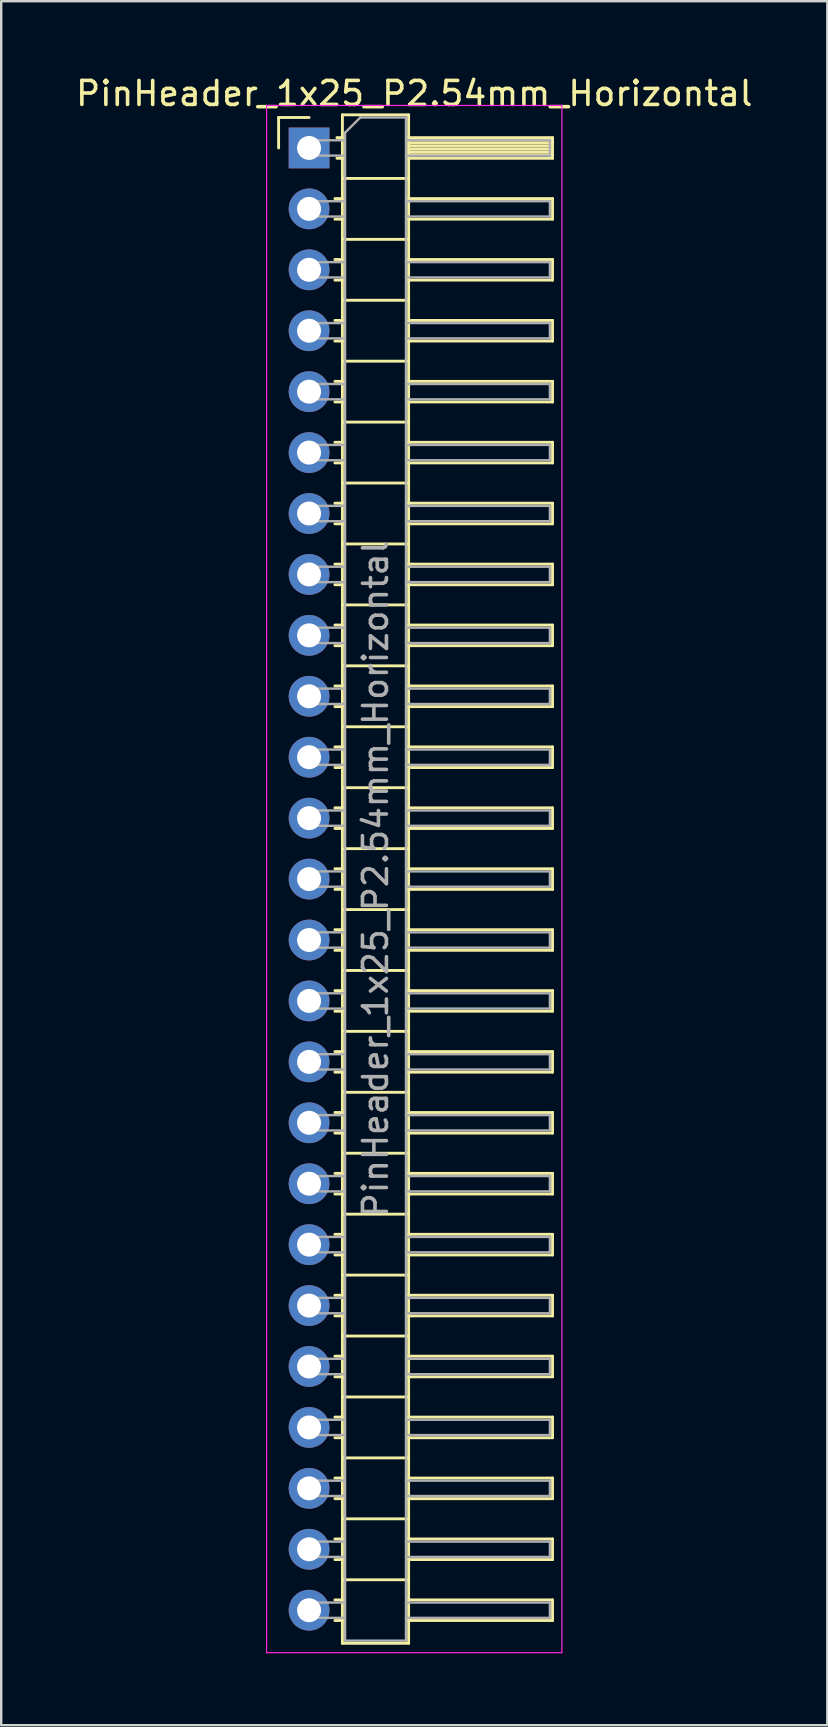
<source format=kicad_pcb>
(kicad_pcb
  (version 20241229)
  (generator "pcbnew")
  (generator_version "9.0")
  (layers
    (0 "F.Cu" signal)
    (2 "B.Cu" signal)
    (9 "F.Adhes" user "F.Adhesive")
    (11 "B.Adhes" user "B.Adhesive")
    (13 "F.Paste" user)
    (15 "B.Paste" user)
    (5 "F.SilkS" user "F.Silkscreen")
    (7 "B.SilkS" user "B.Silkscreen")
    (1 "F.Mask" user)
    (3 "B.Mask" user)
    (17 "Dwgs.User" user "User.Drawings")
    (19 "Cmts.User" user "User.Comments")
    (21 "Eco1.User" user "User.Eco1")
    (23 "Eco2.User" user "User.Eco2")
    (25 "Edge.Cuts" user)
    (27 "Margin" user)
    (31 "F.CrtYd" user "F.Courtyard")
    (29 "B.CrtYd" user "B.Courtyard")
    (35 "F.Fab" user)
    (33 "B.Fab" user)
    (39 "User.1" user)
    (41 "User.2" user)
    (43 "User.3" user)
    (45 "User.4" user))
  (footprint "PinHeader_1x25_P2.54mm_Horizontal"
    (layer "F.Cu")
    (at 9.835 3.118)
    (property "Reference" "PinHeader_1x25_P2.54mm_Horizontal" (at 4.385 -2.27 0) (layer "F.SilkS") (effects (font (size 1 1) (thickness 0.15))))
    (attr through_hole)
    (fp_line (start -1.27 -1.27) (end 0 -1.27) (stroke (width 0.12) (type solid)) (layer "F.SilkS"))
    (fp_line (start -1.27 0) (end -1.27 -1.27) (stroke (width 0.12) (type solid)) (layer "F.SilkS"))
    (fp_line (start 1.077 2.11) (end 1.39 2.11) (stroke (width 0.12) (type solid)) (layer "F.SilkS"))
    (fp_line (start 1.077 2.97) (end 1.39 2.97) (stroke (width 0.12) (type solid)) (layer "F.SilkS"))
    (fp_line (start 1.077 4.65) (end 1.39 4.65) (stroke (width 0.12) (type solid)) (layer "F.SilkS"))
    (fp_line (start 1.077 5.51) (end 1.39 5.51) (stroke (width 0.12) (type solid)) (layer "F.SilkS"))
    (fp_line (start 1.077 7.19) (end 1.39 7.19) (stroke (width 0.12) (type solid)) (layer "F.SilkS"))
    (fp_line (start 1.077 8.05) (end 1.39 8.05) (stroke (width 0.12) (type solid)) (layer "F.SilkS"))
    (fp_line (start 1.077 9.73) (end 1.39 9.73) (stroke (width 0.12) (type solid)) (layer "F.SilkS"))
    (fp_line (start 1.077 10.59) (end 1.39 10.59) (stroke (width 0.12) (type solid)) (layer "F.SilkS"))
    (fp_line (start 1.077 12.27) (end 1.39 12.27) (stroke (width 0.12) (type solid)) (layer "F.SilkS"))
    (fp_line (start 1.077 13.13) (end 1.39 13.13) (stroke (width 0.12) (type solid)) (layer "F.SilkS"))
    (fp_line (start 1.077 14.81) (end 1.39 14.81) (stroke (width 0.12) (type solid)) (layer "F.SilkS"))
    (fp_line (start 1.077 15.67) (end 1.39 15.67) (stroke (width 0.12) (type solid)) (layer "F.SilkS"))
    (fp_line (start 1.077 17.35) (end 1.39 17.35) (stroke (width 0.12) (type solid)) (layer "F.SilkS"))
    (fp_line (start 1.077 18.21) (end 1.39 18.21) (stroke (width 0.12) (type solid)) (layer "F.SilkS"))
    (fp_line (start 1.077 19.89) (end 1.39 19.89) (stroke (width 0.12) (type solid)) (layer "F.SilkS"))
    (fp_line (start 1.077 20.75) (end 1.39 20.75) (stroke (width 0.12) (type solid)) (layer "F.SilkS"))
    (fp_line (start 1.077 22.43) (end 1.39 22.43) (stroke (width 0.12) (type solid)) (layer "F.SilkS"))
    (fp_line (start 1.077 23.29) (end 1.39 23.29) (stroke (width 0.12) (type solid)) (layer "F.SilkS"))
    (fp_line (start 1.077 24.97) (end 1.39 24.97) (stroke (width 0.12) (type solid)) (layer "F.SilkS"))
    (fp_line (start 1.077 25.83) (end 1.39 25.83) (stroke (width 0.12) (type solid)) (layer "F.SilkS"))
    (fp_line (start 1.077 27.51) (end 1.39 27.51) (stroke (width 0.12) (type solid)) (layer "F.SilkS"))
    (fp_line (start 1.077 28.37) (end 1.39 28.37) (stroke (width 0.12) (type solid)) (layer "F.SilkS"))
    (fp_line (start 1.077 30.05) (end 1.39 30.05) (stroke (width 0.12) (type solid)) (layer "F.SilkS"))
    (fp_line (start 1.077 30.91) (end 1.39 30.91) (stroke (width 0.12) (type solid)) (layer "F.SilkS"))
    (fp_line (start 1.077 32.59) (end 1.39 32.59) (stroke (width 0.12) (type solid)) (layer "F.SilkS"))
    (fp_line (start 1.077 33.45) (end 1.39 33.45) (stroke (width 0.12) (type solid)) (layer "F.SilkS"))
    (fp_line (start 1.077 35.13) (end 1.39 35.13) (stroke (width 0.12) (type solid)) (layer "F.SilkS"))
    (fp_line (start 1.077 35.99) (end 1.39 35.99) (stroke (width 0.12) (type solid)) (layer "F.SilkS"))
    (fp_line (start 1.077 37.67) (end 1.39 37.67) (stroke (width 0.12) (type solid)) (layer "F.SilkS"))
    (fp_line (start 1.077 38.53) (end 1.39 38.53) (stroke (width 0.12) (type solid)) (layer "F.SilkS"))
    (fp_line (start 1.077 40.21) (end 1.39 40.21) (stroke (width 0.12) (type solid)) (layer "F.SilkS"))
    (fp_line (start 1.077 41.07) (end 1.39 41.07) (stroke (width 0.12) (type solid)) (layer "F.SilkS"))
    (fp_line (start 1.077 42.75) (end 1.39 42.75) (stroke (width 0.12) (type solid)) (layer "F.SilkS"))
    (fp_line (start 1.077 43.61) (end 1.39 43.61) (stroke (width 0.12) (type solid)) (layer "F.SilkS"))
    (fp_line (start 1.077 45.29) (end 1.39 45.29) (stroke (width 0.12) (type solid)) (layer "F.SilkS"))
    (fp_line (start 1.077 46.15) (end 1.39 46.15) (stroke (width 0.12) (type solid)) (layer "F.SilkS"))
    (fp_line (start 1.077 47.83) (end 1.39 47.83) (stroke (width 0.12) (type solid)) (layer "F.SilkS"))
    (fp_line (start 1.077 48.69) (end 1.39 48.69) (stroke (width 0.12) (type solid)) (layer "F.SilkS"))
    (fp_line (start 1.077 50.37) (end 1.39 50.37) (stroke (width 0.12) (type solid)) (layer "F.SilkS"))
    (fp_line (start 1.077 51.23) (end 1.39 51.23) (stroke (width 0.12) (type solid)) (layer "F.SilkS"))
    (fp_line (start 1.077 52.91) (end 1.39 52.91) (stroke (width 0.12) (type solid)) (layer "F.SilkS"))
    (fp_line (start 1.077 53.77) (end 1.39 53.77) (stroke (width 0.12) (type solid)) (layer "F.SilkS"))
    (fp_line (start 1.077 55.45) (end 1.39 55.45) (stroke (width 0.12) (type solid)) (layer "F.SilkS"))
    (fp_line (start 1.077 56.31) (end 1.39 56.31) (stroke (width 0.12) (type solid)) (layer "F.SilkS"))
    (fp_line (start 1.077 57.99) (end 1.39 57.99) (stroke (width 0.12) (type solid)) (layer "F.SilkS"))
    (fp_line (start 1.077 58.85) (end 1.39 58.85) (stroke (width 0.12) (type solid)) (layer "F.SilkS"))
    (fp_line (start 1.077 60.53) (end 1.39 60.53) (stroke (width 0.12) (type solid)) (layer "F.SilkS"))
    (fp_line (start 1.077 61.39) (end 1.39 61.39) (stroke (width 0.12) (type solid)) (layer "F.SilkS"))
    (fp_line (start 1.16 -0.43) (end 1.39 -0.43) (stroke (width 0.12) (type solid)) (layer "F.SilkS"))
    (fp_line (start 1.16 0.43) (end 1.39 0.43) (stroke (width 0.12) (type solid)) (layer "F.SilkS"))
    (fp_line (start 1.39 -1.38) (end 1.39 62.34) (stroke (width 0.12) (type solid)) (layer "F.SilkS"))
    (fp_line (start 1.39 1.27) (end 4.15 1.27) (stroke (width 0.12) (type solid)) (layer "F.SilkS"))
    (fp_line (start 1.39 3.81) (end 4.15 3.81) (stroke (width 0.12) (type solid)) (layer "F.SilkS"))
    (fp_line (start 1.39 6.35) (end 4.15 6.35) (stroke (width 0.12) (type solid)) (layer "F.SilkS"))
    (fp_line (start 1.39 8.89) (end 4.15 8.89) (stroke (width 0.12) (type solid)) (layer "F.SilkS"))
    (fp_line (start 1.39 11.43) (end 4.15 11.43) (stroke (width 0.12) (type solid)) (layer "F.SilkS"))
    (fp_line (start 1.39 13.97) (end 4.15 13.97) (stroke (width 0.12) (type solid)) (layer "F.SilkS"))
    (fp_line (start 1.39 16.51) (end 4.15 16.51) (stroke (width 0.12) (type solid)) (layer "F.SilkS"))
    (fp_line (start 1.39 19.05) (end 4.15 19.05) (stroke (width 0.12) (type solid)) (layer "F.SilkS"))
    (fp_line (start 1.39 21.59) (end 4.15 21.59) (stroke (width 0.12) (type solid)) (layer "F.SilkS"))
    (fp_line (start 1.39 24.13) (end 4.15 24.13) (stroke (width 0.12) (type solid)) (layer "F.SilkS"))
    (fp_line (start 1.39 26.67) (end 4.15 26.67) (stroke (width 0.12) (type solid)) (layer "F.SilkS"))
    (fp_line (start 1.39 29.21) (end 4.15 29.21) (stroke (width 0.12) (type solid)) (layer "F.SilkS"))
    (fp_line (start 1.39 31.75) (end 4.15 31.75) (stroke (width 0.12) (type solid)) (layer "F.SilkS"))
    (fp_line (start 1.39 34.29) (end 4.15 34.29) (stroke (width 0.12) (type solid)) (layer "F.SilkS"))
    (fp_line (start 1.39 36.83) (end 4.15 36.83) (stroke (width 0.12) (type solid)) (layer "F.SilkS"))
    (fp_line (start 1.39 39.37) (end 4.15 39.37) (stroke (width 0.12) (type solid)) (layer "F.SilkS"))
    (fp_line (start 1.39 41.91) (end 4.15 41.91) (stroke (width 0.12) (type solid)) (layer "F.SilkS"))
    (fp_line (start 1.39 44.45) (end 4.15 44.45) (stroke (width 0.12) (type solid)) (layer "F.SilkS"))
    (fp_line (start 1.39 46.99) (end 4.15 46.99) (stroke (width 0.12) (type solid)) (layer "F.SilkS"))
    (fp_line (start 1.39 49.53) (end 4.15 49.53) (stroke (width 0.12) (type solid)) (layer "F.SilkS"))
    (fp_line (start 1.39 52.07) (end 4.15 52.07) (stroke (width 0.12) (type solid)) (layer "F.SilkS"))
    (fp_line (start 1.39 54.61) (end 4.15 54.61) (stroke (width 0.12) (type solid)) (layer "F.SilkS"))
    (fp_line (start 1.39 57.15) (end 4.15 57.15) (stroke (width 0.12) (type solid)) (layer "F.SilkS"))
    (fp_line (start 1.39 59.69) (end 4.15 59.69) (stroke (width 0.12) (type solid)) (layer "F.SilkS"))
    (fp_line (start 1.39 62.34) (end 4.15 62.34) (stroke (width 0.12) (type solid)) (layer "F.SilkS"))
    (fp_line (start 4.15 -1.38) (end 1.39 -1.38) (stroke (width 0.12) (type solid)) (layer "F.SilkS"))
    (fp_line (start 4.15 -0.43) (end 10.15 -0.43) (stroke (width 0.12) (type solid)) (layer "F.SilkS"))
    (fp_line (start 4.15 -0.32) (end 10.15 -0.32) (stroke (width 0.12) (type solid)) (layer "F.SilkS"))
    (fp_line (start 4.15 -0.2) (end 10.15 -0.2) (stroke (width 0.12) (type solid)) (layer "F.SilkS"))
    (fp_line (start 4.15 -0.08) (end 10.15 -0.08) (stroke (width 0.12) (type solid)) (layer "F.SilkS"))
    (fp_line (start 4.15 0.04) (end 10.15 0.04) (stroke (width 0.12) (type solid)) (layer "F.SilkS"))
    (fp_line (start 4.15 0.16) (end 10.15 0.16) (stroke (width 0.12) (type solid)) (layer "F.SilkS"))
    (fp_line (start 4.15 0.28) (end 10.15 0.28) (stroke (width 0.12) (type solid)) (layer "F.SilkS"))
    (fp_line (start 4.15 2.11) (end 10.15 2.11) (stroke (width 0.12) (type solid)) (layer "F.SilkS"))
    (fp_line (start 4.15 4.65) (end 10.15 4.65) (stroke (width 0.12) (type solid)) (layer "F.SilkS"))
    (fp_line (start 4.15 7.19) (end 10.15 7.19) (stroke (width 0.12) (type solid)) (layer "F.SilkS"))
    (fp_line (start 4.15 9.73) (end 10.15 9.73) (stroke (width 0.12) (type solid)) (layer "F.SilkS"))
    (fp_line (start 4.15 12.27) (end 10.15 12.27) (stroke (width 0.12) (type solid)) (layer "F.SilkS"))
    (fp_line (start 4.15 14.81) (end 10.15 14.81) (stroke (width 0.12) (type solid)) (layer "F.SilkS"))
    (fp_line (start 4.15 17.35) (end 10.15 17.35) (stroke (width 0.12) (type solid)) (layer "F.SilkS"))
    (fp_line (start 4.15 19.89) (end 10.15 19.89) (stroke (width 0.12) (type solid)) (layer "F.SilkS"))
    (fp_line (start 4.15 22.43) (end 10.15 22.43) (stroke (width 0.12) (type solid)) (layer "F.SilkS"))
    (fp_line (start 4.15 24.97) (end 10.15 24.97) (stroke (width 0.12) (type solid)) (layer "F.SilkS"))
    (fp_line (start 4.15 27.51) (end 10.15 27.51) (stroke (width 0.12) (type solid)) (layer "F.SilkS"))
    (fp_line (start 4.15 30.05) (end 10.15 30.05) (stroke (width 0.12) (type solid)) (layer "F.SilkS"))
    (fp_line (start 4.15 32.59) (end 10.15 32.59) (stroke (width 0.12) (type solid)) (layer "F.SilkS"))
    (fp_line (start 4.15 35.13) (end 10.15 35.13) (stroke (width 0.12) (type solid)) (layer "F.SilkS"))
    (fp_line (start 4.15 37.67) (end 10.15 37.67) (stroke (width 0.12) (type solid)) (layer "F.SilkS"))
    (fp_line (start 4.15 40.21) (end 10.15 40.21) (stroke (width 0.12) (type solid)) (layer "F.SilkS"))
    (fp_line (start 4.15 42.75) (end 10.15 42.75) (stroke (width 0.12) (type solid)) (layer "F.SilkS"))
    (fp_line (start 4.15 45.29) (end 10.15 45.29) (stroke (width 0.12) (type solid)) (layer "F.SilkS"))
    (fp_line (start 4.15 47.83) (end 10.15 47.83) (stroke (width 0.12) (type solid)) (layer "F.SilkS"))
    (fp_line (start 4.15 50.37) (end 10.15 50.37) (stroke (width 0.12) (type solid)) (layer "F.SilkS"))
    (fp_line (start 4.15 52.91) (end 10.15 52.91) (stroke (width 0.12) (type solid)) (layer "F.SilkS"))
    (fp_line (start 4.15 55.45) (end 10.15 55.45) (stroke (width 0.12) (type solid)) (layer "F.SilkS"))
    (fp_line (start 4.15 57.99) (end 10.15 57.99) (stroke (width 0.12) (type solid)) (layer "F.SilkS"))
    (fp_line (start 4.15 60.53) (end 10.15 60.53) (stroke (width 0.12) (type solid)) (layer "F.SilkS"))
    (fp_line (start 4.15 62.34) (end 4.15 -1.38) (stroke (width 0.12) (type solid)) (layer "F.SilkS"))
    (fp_line (start 10.15 -0.43) (end 10.15 0.43) (stroke (width 0.12) (type solid)) (layer "F.SilkS"))
    (fp_line (start 10.15 0.43) (end 4.15 0.43) (stroke (width 0.12) (type solid)) (layer "F.SilkS"))
    (fp_line (start 10.15 2.11) (end 10.15 2.97) (stroke (width 0.12) (type solid)) (layer "F.SilkS"))
    (fp_line (start 10.15 2.97) (end 4.15 2.97) (stroke (width 0.12) (type solid)) (layer "F.SilkS"))
    (fp_line (start 10.15 4.65) (end 10.15 5.51) (stroke (width 0.12) (type solid)) (layer "F.SilkS"))
    (fp_line (start 10.15 5.51) (end 4.15 5.51) (stroke (width 0.12) (type solid)) (layer "F.SilkS"))
    (fp_line (start 10.15 7.19) (end 10.15 8.05) (stroke (width 0.12) (type solid)) (layer "F.SilkS"))
    (fp_line (start 10.15 8.05) (end 4.15 8.05) (stroke (width 0.12) (type solid)) (layer "F.SilkS"))
    (fp_line (start 10.15 9.73) (end 10.15 10.59) (stroke (width 0.12) (type solid)) (layer "F.SilkS"))
    (fp_line (start 10.15 10.59) (end 4.15 10.59) (stroke (width 0.12) (type solid)) (layer "F.SilkS"))
    (fp_line (start 10.15 12.27) (end 10.15 13.13) (stroke (width 0.12) (type solid)) (layer "F.SilkS"))
    (fp_line (start 10.15 13.13) (end 4.15 13.13) (stroke (width 0.12) (type solid)) (layer "F.SilkS"))
    (fp_line (start 10.15 14.81) (end 10.15 15.67) (stroke (width 0.12) (type solid)) (layer "F.SilkS"))
    (fp_line (start 10.15 15.67) (end 4.15 15.67) (stroke (width 0.12) (type solid)) (layer "F.SilkS"))
    (fp_line (start 10.15 17.35) (end 10.15 18.21) (stroke (width 0.12) (type solid)) (layer "F.SilkS"))
    (fp_line (start 10.15 18.21) (end 4.15 18.21) (stroke (width 0.12) (type solid)) (layer "F.SilkS"))
    (fp_line (start 10.15 19.89) (end 10.15 20.75) (stroke (width 0.12) (type solid)) (layer "F.SilkS"))
    (fp_line (start 10.15 20.75) (end 4.15 20.75) (stroke (width 0.12) (type solid)) (layer "F.SilkS"))
    (fp_line (start 10.15 22.43) (end 10.15 23.29) (stroke (width 0.12) (type solid)) (layer "F.SilkS"))
    (fp_line (start 10.15 23.29) (end 4.15 23.29) (stroke (width 0.12) (type solid)) (layer "F.SilkS"))
    (fp_line (start 10.15 24.97) (end 10.15 25.83) (stroke (width 0.12) (type solid)) (layer "F.SilkS"))
    (fp_line (start 10.15 25.83) (end 4.15 25.83) (stroke (width 0.12) (type solid)) (layer "F.SilkS"))
    (fp_line (start 10.15 27.51) (end 10.15 28.37) (stroke (width 0.12) (type solid)) (layer "F.SilkS"))
    (fp_line (start 10.15 28.37) (end 4.15 28.37) (stroke (width 0.12) (type solid)) (layer "F.SilkS"))
    (fp_line (start 10.15 30.05) (end 10.15 30.91) (stroke (width 0.12) (type solid)) (layer "F.SilkS"))
    (fp_line (start 10.15 30.91) (end 4.15 30.91) (stroke (width 0.12) (type solid)) (layer "F.SilkS"))
    (fp_line (start 10.15 32.59) (end 10.15 33.45) (stroke (width 0.12) (type solid)) (layer "F.SilkS"))
    (fp_line (start 10.15 33.45) (end 4.15 33.45) (stroke (width 0.12) (type solid)) (layer "F.SilkS"))
    (fp_line (start 10.15 35.13) (end 10.15 35.99) (stroke (width 0.12) (type solid)) (layer "F.SilkS"))
    (fp_line (start 10.15 35.99) (end 4.15 35.99) (stroke (width 0.12) (type solid)) (layer "F.SilkS"))
    (fp_line (start 10.15 37.67) (end 10.15 38.53) (stroke (width 0.12) (type solid)) (layer "F.SilkS"))
    (fp_line (start 10.15 38.53) (end 4.15 38.53) (stroke (width 0.12) (type solid)) (layer "F.SilkS"))
    (fp_line (start 10.15 40.21) (end 10.15 41.07) (stroke (width 0.12) (type solid)) (layer "F.SilkS"))
    (fp_line (start 10.15 41.07) (end 4.15 41.07) (stroke (width 0.12) (type solid)) (layer "F.SilkS"))
    (fp_line (start 10.15 42.75) (end 10.15 43.61) (stroke (width 0.12) (type solid)) (layer "F.SilkS"))
    (fp_line (start 10.15 43.61) (end 4.15 43.61) (stroke (width 0.12) (type solid)) (layer "F.SilkS"))
    (fp_line (start 10.15 45.29) (end 10.15 46.15) (stroke (width 0.12) (type solid)) (layer "F.SilkS"))
    (fp_line (start 10.15 46.15) (end 4.15 46.15) (stroke (width 0.12) (type solid)) (layer "F.SilkS"))
    (fp_line (start 10.15 47.83) (end 10.15 48.69) (stroke (width 0.12) (type solid)) (layer "F.SilkS"))
    (fp_line (start 10.15 48.69) (end 4.15 48.69) (stroke (width 0.12) (type solid)) (layer "F.SilkS"))
    (fp_line (start 10.15 50.37) (end 10.15 51.23) (stroke (width 0.12) (type solid)) (layer "F.SilkS"))
    (fp_line (start 10.15 51.23) (end 4.15 51.23) (stroke (width 0.12) (type solid)) (layer "F.SilkS"))
    (fp_line (start 10.15 52.91) (end 10.15 53.77) (stroke (width 0.12) (type solid)) (layer "F.SilkS"))
    (fp_line (start 10.15 53.77) (end 4.15 53.77) (stroke (width 0.12) (type solid)) (layer "F.SilkS"))
    (fp_line (start 10.15 55.45) (end 10.15 56.31) (stroke (width 0.12) (type solid)) (layer "F.SilkS"))
    (fp_line (start 10.15 56.31) (end 4.15 56.31) (stroke (width 0.12) (type solid)) (layer "F.SilkS"))
    (fp_line (start 10.15 57.99) (end 10.15 58.85) (stroke (width 0.12) (type solid)) (layer "F.SilkS"))
    (fp_line (start 10.15 58.85) (end 4.15 58.85) (stroke (width 0.12) (type solid)) (layer "F.SilkS"))
    (fp_line (start 10.15 60.53) (end 10.15 61.39) (stroke (width 0.12) (type solid)) (layer "F.SilkS"))
    (fp_line (start 10.15 61.39) (end 4.15 61.39) (stroke (width 0.12) (type solid)) (layer "F.SilkS"))
    (fp_line (start -1.77 -1.77) (end -1.77 62.73) (stroke (width 0.05) (type solid)) (layer "F.CrtYd"))
    (fp_line (start -1.77 62.73) (end 10.54 62.73) (stroke (width 0.05) (type solid)) (layer "F.CrtYd"))
    (fp_line (start 10.54 -1.77) (end -1.77 -1.77) (stroke (width 0.05) (type solid)) (layer "F.CrtYd"))
    (fp_line (start 10.54 62.73) (end 10.54 -1.77) (stroke (width 0.05) (type solid)) (layer "F.CrtYd"))
    (fp_line (start -0.32 -0.32) (end -0.32 0.32) (stroke (width 0.1) (type solid)) (layer "F.Fab"))
    (fp_line (start -0.32 -0.32) (end 1.5 -0.32) (stroke (width 0.1) (type solid)) (layer "F.Fab"))
    (fp_line (start -0.32 0.32) (end 1.5 0.32) (stroke (width 0.1) (type solid)) (layer "F.Fab"))
    (fp_line (start -0.32 2.22) (end -0.32 2.86) (stroke (width 0.1) (type solid)) (layer "F.Fab"))
    (fp_line (start -0.32 2.22) (end 1.5 2.22) (stroke (width 0.1) (type solid)) (layer "F.Fab"))
    (fp_line (start -0.32 2.86) (end 1.5 2.86) (stroke (width 0.1) (type solid)) (layer "F.Fab"))
    (fp_line (start -0.32 4.76) (end -0.32 5.4) (stroke (width 0.1) (type solid)) (layer "F.Fab"))
    (fp_line (start -0.32 4.76) (end 1.5 4.76) (stroke (width 0.1) (type solid)) (layer "F.Fab"))
    (fp_line (start -0.32 5.4) (end 1.5 5.4) (stroke (width 0.1) (type solid)) (layer "F.Fab"))
    (fp_line (start -0.32 7.3) (end -0.32 7.94) (stroke (width 0.1) (type solid)) (layer "F.Fab"))
    (fp_line (start -0.32 7.3) (end 1.5 7.3) (stroke (width 0.1) (type solid)) (layer "F.Fab"))
    (fp_line (start -0.32 7.94) (end 1.5 7.94) (stroke (width 0.1) (type solid)) (layer "F.Fab"))
    (fp_line (start -0.32 9.84) (end -0.32 10.48) (stroke (width 0.1) (type solid)) (layer "F.Fab"))
    (fp_line (start -0.32 9.84) (end 1.5 9.84) (stroke (width 0.1) (type solid)) (layer "F.Fab"))
    (fp_line (start -0.32 10.48) (end 1.5 10.48) (stroke (width 0.1) (type solid)) (layer "F.Fab"))
    (fp_line (start -0.32 12.38) (end -0.32 13.02) (stroke (width 0.1) (type solid)) (layer "F.Fab"))
    (fp_line (start -0.32 12.38) (end 1.5 12.38) (stroke (width 0.1) (type solid)) (layer "F.Fab"))
    (fp_line (start -0.32 13.02) (end 1.5 13.02) (stroke (width 0.1) (type solid)) (layer "F.Fab"))
    (fp_line (start -0.32 14.92) (end -0.32 15.56) (stroke (width 0.1) (type solid)) (layer "F.Fab"))
    (fp_line (start -0.32 14.92) (end 1.5 14.92) (stroke (width 0.1) (type solid)) (layer "F.Fab"))
    (fp_line (start -0.32 15.56) (end 1.5 15.56) (stroke (width 0.1) (type solid)) (layer "F.Fab"))
    (fp_line (start -0.32 17.46) (end -0.32 18.1) (stroke (width 0.1) (type solid)) (layer "F.Fab"))
    (fp_line (start -0.32 17.46) (end 1.5 17.46) (stroke (width 0.1) (type solid)) (layer "F.Fab"))
    (fp_line (start -0.32 18.1) (end 1.5 18.1) (stroke (width 0.1) (type solid)) (layer "F.Fab"))
    (fp_line (start -0.32 20) (end -0.32 20.64) (stroke (width 0.1) (type solid)) (layer "F.Fab"))
    (fp_line (start -0.32 20) (end 1.5 20) (stroke (width 0.1) (type solid)) (layer "F.Fab"))
    (fp_line (start -0.32 20.64) (end 1.5 20.64) (stroke (width 0.1) (type solid)) (layer "F.Fab"))
    (fp_line (start -0.32 22.54) (end -0.32 23.18) (stroke (width 0.1) (type solid)) (layer "F.Fab"))
    (fp_line (start -0.32 22.54) (end 1.5 22.54) (stroke (width 0.1) (type solid)) (layer "F.Fab"))
    (fp_line (start -0.32 23.18) (end 1.5 23.18) (stroke (width 0.1) (type solid)) (layer "F.Fab"))
    (fp_line (start -0.32 25.08) (end -0.32 25.72) (stroke (width 0.1) (type solid)) (layer "F.Fab"))
    (fp_line (start -0.32 25.08) (end 1.5 25.08) (stroke (width 0.1) (type solid)) (layer "F.Fab"))
    (fp_line (start -0.32 25.72) (end 1.5 25.72) (stroke (width 0.1) (type solid)) (layer "F.Fab"))
    (fp_line (start -0.32 27.62) (end -0.32 28.26) (stroke (width 0.1) (type solid)) (layer "F.Fab"))
    (fp_line (start -0.32 27.62) (end 1.5 27.62) (stroke (width 0.1) (type solid)) (layer "F.Fab"))
    (fp_line (start -0.32 28.26) (end 1.5 28.26) (stroke (width 0.1) (type solid)) (layer "F.Fab"))
    (fp_line (start -0.32 30.16) (end -0.32 30.8) (stroke (width 0.1) (type solid)) (layer "F.Fab"))
    (fp_line (start -0.32 30.16) (end 1.5 30.16) (stroke (width 0.1) (type solid)) (layer "F.Fab"))
    (fp_line (start -0.32 30.8) (end 1.5 30.8) (stroke (width 0.1) (type solid)) (layer "F.Fab"))
    (fp_line (start -0.32 32.7) (end -0.32 33.34) (stroke (width 0.1) (type solid)) (layer "F.Fab"))
    (fp_line (start -0.32 32.7) (end 1.5 32.7) (stroke (width 0.1) (type solid)) (layer "F.Fab"))
    (fp_line (start -0.32 33.34) (end 1.5 33.34) (stroke (width 0.1) (type solid)) (layer "F.Fab"))
    (fp_line (start -0.32 35.24) (end -0.32 35.88) (stroke (width 0.1) (type solid)) (layer "F.Fab"))
    (fp_line (start -0.32 35.24) (end 1.5 35.24) (stroke (width 0.1) (type solid)) (layer "F.Fab"))
    (fp_line (start -0.32 35.88) (end 1.5 35.88) (stroke (width 0.1) (type solid)) (layer "F.Fab"))
    (fp_line (start -0.32 37.78) (end -0.32 38.42) (stroke (width 0.1) (type solid)) (layer "F.Fab"))
    (fp_line (start -0.32 37.78) (end 1.5 37.78) (stroke (width 0.1) (type solid)) (layer "F.Fab"))
    (fp_line (start -0.32 38.42) (end 1.5 38.42) (stroke (width 0.1) (type solid)) (layer "F.Fab"))
    (fp_line (start -0.32 40.32) (end -0.32 40.96) (stroke (width 0.1) (type solid)) (layer "F.Fab"))
    (fp_line (start -0.32 40.32) (end 1.5 40.32) (stroke (width 0.1) (type solid)) (layer "F.Fab"))
    (fp_line (start -0.32 40.96) (end 1.5 40.96) (stroke (width 0.1) (type solid)) (layer "F.Fab"))
    (fp_line (start -0.32 42.86) (end -0.32 43.5) (stroke (width 0.1) (type solid)) (layer "F.Fab"))
    (fp_line (start -0.32 42.86) (end 1.5 42.86) (stroke (width 0.1) (type solid)) (layer "F.Fab"))
    (fp_line (start -0.32 43.5) (end 1.5 43.5) (stroke (width 0.1) (type solid)) (layer "F.Fab"))
    (fp_line (start -0.32 45.4) (end -0.32 46.04) (stroke (width 0.1) (type solid)) (layer "F.Fab"))
    (fp_line (start -0.32 45.4) (end 1.5 45.4) (stroke (width 0.1) (type solid)) (layer "F.Fab"))
    (fp_line (start -0.32 46.04) (end 1.5 46.04) (stroke (width 0.1) (type solid)) (layer "F.Fab"))
    (fp_line (start -0.32 47.94) (end -0.32 48.58) (stroke (width 0.1) (type solid)) (layer "F.Fab"))
    (fp_line (start -0.32 47.94) (end 1.5 47.94) (stroke (width 0.1) (type solid)) (layer "F.Fab"))
    (fp_line (start -0.32 48.58) (end 1.5 48.58) (stroke (width 0.1) (type solid)) (layer "F.Fab"))
    (fp_line (start -0.32 50.48) (end -0.32 51.12) (stroke (width 0.1) (type solid)) (layer "F.Fab"))
    (fp_line (start -0.32 50.48) (end 1.5 50.48) (stroke (width 0.1) (type solid)) (layer "F.Fab"))
    (fp_line (start -0.32 51.12) (end 1.5 51.12) (stroke (width 0.1) (type solid)) (layer "F.Fab"))
    (fp_line (start -0.32 53.02) (end -0.32 53.66) (stroke (width 0.1) (type solid)) (layer "F.Fab"))
    (fp_line (start -0.32 53.02) (end 1.5 53.02) (stroke (width 0.1) (type solid)) (layer "F.Fab"))
    (fp_line (start -0.32 53.66) (end 1.5 53.66) (stroke (width 0.1) (type solid)) (layer "F.Fab"))
    (fp_line (start -0.32 55.56) (end -0.32 56.2) (stroke (width 0.1) (type solid)) (layer "F.Fab"))
    (fp_line (start -0.32 55.56) (end 1.5 55.56) (stroke (width 0.1) (type solid)) (layer "F.Fab"))
    (fp_line (start -0.32 56.2) (end 1.5 56.2) (stroke (width 0.1) (type solid)) (layer "F.Fab"))
    (fp_line (start -0.32 58.1) (end -0.32 58.74) (stroke (width 0.1) (type solid)) (layer "F.Fab"))
    (fp_line (start -0.32 58.1) (end 1.5 58.1) (stroke (width 0.1) (type solid)) (layer "F.Fab"))
    (fp_line (start -0.32 58.74) (end 1.5 58.74) (stroke (width 0.1) (type solid)) (layer "F.Fab"))
    (fp_line (start -0.32 60.64) (end -0.32 61.28) (stroke (width 0.1) (type solid)) (layer "F.Fab"))
    (fp_line (start -0.32 60.64) (end 1.5 60.64) (stroke (width 0.1) (type solid)) (layer "F.Fab"))
    (fp_line (start -0.32 61.28) (end 1.5 61.28) (stroke (width 0.1) (type solid)) (layer "F.Fab"))
    (fp_line (start 1.5 -0.635) (end 2.135 -1.27) (stroke (width 0.1) (type solid)) (layer "F.Fab"))
    (fp_line (start 1.5 62.23) (end 1.5 -0.635) (stroke (width 0.1) (type solid)) (layer "F.Fab"))
    (fp_line (start 2.135 -1.27) (end 4.04 -1.27) (stroke (width 0.1) (type solid)) (layer "F.Fab"))
    (fp_line (start 4.04 -1.27) (end 4.04 62.23) (stroke (width 0.1) (type solid)) (layer "F.Fab"))
    (fp_line (start 4.04 -0.32) (end 10.04 -0.32) (stroke (width 0.1) (type solid)) (layer "F.Fab"))
    (fp_line (start 4.04 0.32) (end 10.04 0.32) (stroke (width 0.1) (type solid)) (layer "F.Fab"))
    (fp_line (start 4.04 2.22) (end 10.04 2.22) (stroke (width 0.1) (type solid)) (layer "F.Fab"))
    (fp_line (start 4.04 2.86) (end 10.04 2.86) (stroke (width 0.1) (type solid)) (layer "F.Fab"))
    (fp_line (start 4.04 4.76) (end 10.04 4.76) (stroke (width 0.1) (type solid)) (layer "F.Fab"))
    (fp_line (start 4.04 5.4) (end 10.04 5.4) (stroke (width 0.1) (type solid)) (layer "F.Fab"))
    (fp_line (start 4.04 7.3) (end 10.04 7.3) (stroke (width 0.1) (type solid)) (layer "F.Fab"))
    (fp_line (start 4.04 7.94) (end 10.04 7.94) (stroke (width 0.1) (type solid)) (layer "F.Fab"))
    (fp_line (start 4.04 9.84) (end 10.04 9.84) (stroke (width 0.1) (type solid)) (layer "F.Fab"))
    (fp_line (start 4.04 10.48) (end 10.04 10.48) (stroke (width 0.1) (type solid)) (layer "F.Fab"))
    (fp_line (start 4.04 12.38) (end 10.04 12.38) (stroke (width 0.1) (type solid)) (layer "F.Fab"))
    (fp_line (start 4.04 13.02) (end 10.04 13.02) (stroke (width 0.1) (type solid)) (layer "F.Fab"))
    (fp_line (start 4.04 14.92) (end 10.04 14.92) (stroke (width 0.1) (type solid)) (layer "F.Fab"))
    (fp_line (start 4.04 15.56) (end 10.04 15.56) (stroke (width 0.1) (type solid)) (layer "F.Fab"))
    (fp_line (start 4.04 17.46) (end 10.04 17.46) (stroke (width 0.1) (type solid)) (layer "F.Fab"))
    (fp_line (start 4.04 18.1) (end 10.04 18.1) (stroke (width 0.1) (type solid)) (layer "F.Fab"))
    (fp_line (start 4.04 20) (end 10.04 20) (stroke (width 0.1) (type solid)) (layer "F.Fab"))
    (fp_line (start 4.04 20.64) (end 10.04 20.64) (stroke (width 0.1) (type solid)) (layer "F.Fab"))
    (fp_line (start 4.04 22.54) (end 10.04 22.54) (stroke (width 0.1) (type solid)) (layer "F.Fab"))
    (fp_line (start 4.04 23.18) (end 10.04 23.18) (stroke (width 0.1) (type solid)) (layer "F.Fab"))
    (fp_line (start 4.04 25.08) (end 10.04 25.08) (stroke (width 0.1) (type solid)) (layer "F.Fab"))
    (fp_line (start 4.04 25.72) (end 10.04 25.72) (stroke (width 0.1) (type solid)) (layer "F.Fab"))
    (fp_line (start 4.04 27.62) (end 10.04 27.62) (stroke (width 0.1) (type solid)) (layer "F.Fab"))
    (fp_line (start 4.04 28.26) (end 10.04 28.26) (stroke (width 0.1) (type solid)) (layer "F.Fab"))
    (fp_line (start 4.04 30.16) (end 10.04 30.16) (stroke (width 0.1) (type solid)) (layer "F.Fab"))
    (fp_line (start 4.04 30.8) (end 10.04 30.8) (stroke (width 0.1) (type solid)) (layer "F.Fab"))
    (fp_line (start 4.04 32.7) (end 10.04 32.7) (stroke (width 0.1) (type solid)) (layer "F.Fab"))
    (fp_line (start 4.04 33.34) (end 10.04 33.34) (stroke (width 0.1) (type solid)) (layer "F.Fab"))
    (fp_line (start 4.04 35.24) (end 10.04 35.24) (stroke (width 0.1) (type solid)) (layer "F.Fab"))
    (fp_line (start 4.04 35.88) (end 10.04 35.88) (stroke (width 0.1) (type solid)) (layer "F.Fab"))
    (fp_line (start 4.04 37.78) (end 10.04 37.78) (stroke (width 0.1) (type solid)) (layer "F.Fab"))
    (fp_line (start 4.04 38.42) (end 10.04 38.42) (stroke (width 0.1) (type solid)) (layer "F.Fab"))
    (fp_line (start 4.04 40.32) (end 10.04 40.32) (stroke (width 0.1) (type solid)) (layer "F.Fab"))
    (fp_line (start 4.04 40.96) (end 10.04 40.96) (stroke (width 0.1) (type solid)) (layer "F.Fab"))
    (fp_line (start 4.04 42.86) (end 10.04 42.86) (stroke (width 0.1) (type solid)) (layer "F.Fab"))
    (fp_line (start 4.04 43.5) (end 10.04 43.5) (stroke (width 0.1) (type solid)) (layer "F.Fab"))
    (fp_line (start 4.04 45.4) (end 10.04 45.4) (stroke (width 0.1) (type solid)) (layer "F.Fab"))
    (fp_line (start 4.04 46.04) (end 10.04 46.04) (stroke (width 0.1) (type solid)) (layer "F.Fab"))
    (fp_line (start 4.04 47.94) (end 10.04 47.94) (stroke (width 0.1) (type solid)) (layer "F.Fab"))
    (fp_line (start 4.04 48.58) (end 10.04 48.58) (stroke (width 0.1) (type solid)) (layer "F.Fab"))
    (fp_line (start 4.04 50.48) (end 10.04 50.48) (stroke (width 0.1) (type solid)) (layer "F.Fab"))
    (fp_line (start 4.04 51.12) (end 10.04 51.12) (stroke (width 0.1) (type solid)) (layer "F.Fab"))
    (fp_line (start 4.04 53.02) (end 10.04 53.02) (stroke (width 0.1) (type solid)) (layer "F.Fab"))
    (fp_line (start 4.04 53.66) (end 10.04 53.66) (stroke (width 0.1) (type solid)) (layer "F.Fab"))
    (fp_line (start 4.04 55.56) (end 10.04 55.56) (stroke (width 0.1) (type solid)) (layer "F.Fab"))
    (fp_line (start 4.04 56.2) (end 10.04 56.2) (stroke (width 0.1) (type solid)) (layer "F.Fab"))
    (fp_line (start 4.04 58.1) (end 10.04 58.1) (stroke (width 0.1) (type solid)) (layer "F.Fab"))
    (fp_line (start 4.04 58.74) (end 10.04 58.74) (stroke (width 0.1) (type solid)) (layer "F.Fab"))
    (fp_line (start 4.04 60.64) (end 10.04 60.64) (stroke (width 0.1) (type solid)) (layer "F.Fab"))
    (fp_line (start 4.04 61.28) (end 10.04 61.28) (stroke (width 0.1) (type solid)) (layer "F.Fab"))
    (fp_line (start 4.04 62.23) (end 1.5 62.23) (stroke (width 0.1) (type solid)) (layer "F.Fab"))
    (fp_line (start 10.04 -0.32) (end 10.04 0.32) (stroke (width 0.1) (type solid)) (layer "F.Fab"))
    (fp_line (start 10.04 2.22) (end 10.04 2.86) (stroke (width 0.1) (type solid)) (layer "F.Fab"))
    (fp_line (start 10.04 4.76) (end 10.04 5.4) (stroke (width 0.1) (type solid)) (layer "F.Fab"))
    (fp_line (start 10.04 7.3) (end 10.04 7.94) (stroke (width 0.1) (type solid)) (layer "F.Fab"))
    (fp_line (start 10.04 9.84) (end 10.04 10.48) (stroke (width 0.1) (type solid)) (layer "F.Fab"))
    (fp_line (start 10.04 12.38) (end 10.04 13.02) (stroke (width 0.1) (type solid)) (layer "F.Fab"))
    (fp_line (start 10.04 14.92) (end 10.04 15.56) (stroke (width 0.1) (type solid)) (layer "F.Fab"))
    (fp_line (start 10.04 17.46) (end 10.04 18.1) (stroke (width 0.1) (type solid)) (layer "F.Fab"))
    (fp_line (start 10.04 20) (end 10.04 20.64) (stroke (width 0.1) (type solid)) (layer "F.Fab"))
    (fp_line (start 10.04 22.54) (end 10.04 23.18) (stroke (width 0.1) (type solid)) (layer "F.Fab"))
    (fp_line (start 10.04 25.08) (end 10.04 25.72) (stroke (width 0.1) (type solid)) (layer "F.Fab"))
    (fp_line (start 10.04 27.62) (end 10.04 28.26) (stroke (width 0.1) (type solid)) (layer "F.Fab"))
    (fp_line (start 10.04 30.16) (end 10.04 30.8) (stroke (width 0.1) (type solid)) (layer "F.Fab"))
    (fp_line (start 10.04 32.7) (end 10.04 33.34) (stroke (width 0.1) (type solid)) (layer "F.Fab"))
    (fp_line (start 10.04 35.24) (end 10.04 35.88) (stroke (width 0.1) (type solid)) (layer "F.Fab"))
    (fp_line (start 10.04 37.78) (end 10.04 38.42) (stroke (width 0.1) (type solid)) (layer "F.Fab"))
    (fp_line (start 10.04 40.32) (end 10.04 40.96) (stroke (width 0.1) (type solid)) (layer "F.Fab"))
    (fp_line (start 10.04 42.86) (end 10.04 43.5) (stroke (width 0.1) (type solid)) (layer "F.Fab"))
    (fp_line (start 10.04 45.4) (end 10.04 46.04) (stroke (width 0.1) (type solid)) (layer "F.Fab"))
    (fp_line (start 10.04 47.94) (end 10.04 48.58) (stroke (width 0.1) (type solid)) (layer "F.Fab"))
    (fp_line (start 10.04 50.48) (end 10.04 51.12) (stroke (width 0.1) (type solid)) (layer "F.Fab"))
    (fp_line (start 10.04 53.02) (end 10.04 53.66) (stroke (width 0.1) (type solid)) (layer "F.Fab"))
    (fp_line (start 10.04 55.56) (end 10.04 56.2) (stroke (width 0.1) (type solid)) (layer "F.Fab"))
    (fp_line (start 10.04 58.1) (end 10.04 58.74) (stroke (width 0.1) (type solid)) (layer "F.Fab"))
    (fp_line (start 10.04 60.64) (end 10.04 61.28) (stroke (width 0.1) (type solid)) (layer "F.Fab"))
    (fp_text user "${REFERENCE}" (at 2.77 30.48 90) (layer "F.Fab") (effects (font (size 1 1) (thickness 0.15))))
    (pad "1" thru_hole rect (at 0 0) (size 1.7 1.7) (drill 1) (layers "*.Cu" "*.Mask"))
    (pad "2" thru_hole circle (at 0 2.54) (size 1.7 1.7) (drill 1) (layers "*.Cu" "*.Mask"))
    (pad "3" thru_hole circle (at 0 5.08) (size 1.7 1.7) (drill 1) (layers "*.Cu" "*.Mask"))
    (pad "4" thru_hole circle (at 0 7.62) (size 1.7 1.7) (drill 1) (layers "*.Cu" "*.Mask"))
    (pad "5" thru_hole circle (at 0 10.16) (size 1.7 1.7) (drill 1) (layers "*.Cu" "*.Mask"))
    (pad "6" thru_hole circle (at 0 12.7) (size 1.7 1.7) (drill 1) (layers "*.Cu" "*.Mask"))
    (pad "7" thru_hole circle (at 0 15.24) (size 1.7 1.7) (drill 1) (layers "*.Cu" "*.Mask"))
    (pad "8" thru_hole circle (at 0 17.78) (size 1.7 1.7) (drill 1) (layers "*.Cu" "*.Mask"))
    (pad "9" thru_hole circle (at 0 20.32) (size 1.7 1.7) (drill 1) (layers "*.Cu" "*.Mask"))
    (pad "10" thru_hole circle (at 0 22.86) (size 1.7 1.7) (drill 1) (layers "*.Cu" "*.Mask"))
    (pad "11" thru_hole circle (at 0 25.4) (size 1.7 1.7) (drill 1) (layers "*.Cu" "*.Mask"))
    (pad "12" thru_hole circle (at 0 27.94) (size 1.7 1.7) (drill 1) (layers "*.Cu" "*.Mask"))
    (pad "13" thru_hole circle (at 0 30.48) (size 1.7 1.7) (drill 1) (layers "*.Cu" "*.Mask"))
    (pad "14" thru_hole circle (at 0 33.02) (size 1.7 1.7) (drill 1) (layers "*.Cu" "*.Mask"))
    (pad "15" thru_hole circle (at 0 35.56) (size 1.7 1.7) (drill 1) (layers "*.Cu" "*.Mask"))
    (pad "16" thru_hole circle (at 0 38.1) (size 1.7 1.7) (drill 1) (layers "*.Cu" "*.Mask"))
    (pad "17" thru_hole circle (at 0 40.64) (size 1.7 1.7) (drill 1) (layers "*.Cu" "*.Mask"))
    (pad "18" thru_hole circle (at 0 43.18) (size 1.7 1.7) (drill 1) (layers "*.Cu" "*.Mask"))
    (pad "19" thru_hole circle (at 0 45.72) (size 1.7 1.7) (drill 1) (layers "*.Cu" "*.Mask"))
    (pad "20" thru_hole circle (at 0 48.26) (size 1.7 1.7) (drill 1) (layers "*.Cu" "*.Mask"))
    (pad "21" thru_hole circle (at 0 50.8) (size 1.7 1.7) (drill 1) (layers "*.Cu" "*.Mask"))
    (pad "22" thru_hole circle (at 0 53.34) (size 1.7 1.7) (drill 1) (layers "*.Cu" "*.Mask"))
    (pad "23" thru_hole circle (at 0 55.88) (size 1.7 1.7) (drill 1) (layers "*.Cu" "*.Mask"))
    (pad "24" thru_hole circle (at 0 58.42) (size 1.7 1.7) (drill 1) (layers "*.Cu" "*.Mask"))
    (pad "25" thru_hole circle (at 0 60.96) (size 1.7 1.7) (drill 1) (layers "*.Cu" "*.Mask")))
  (gr_rect
    (start -3 -3)
    (end 31.44 68.873)
    (stroke (width 0.1) (type default))
    (fill no)
    (layer "Edge.Cuts")))
</source>
